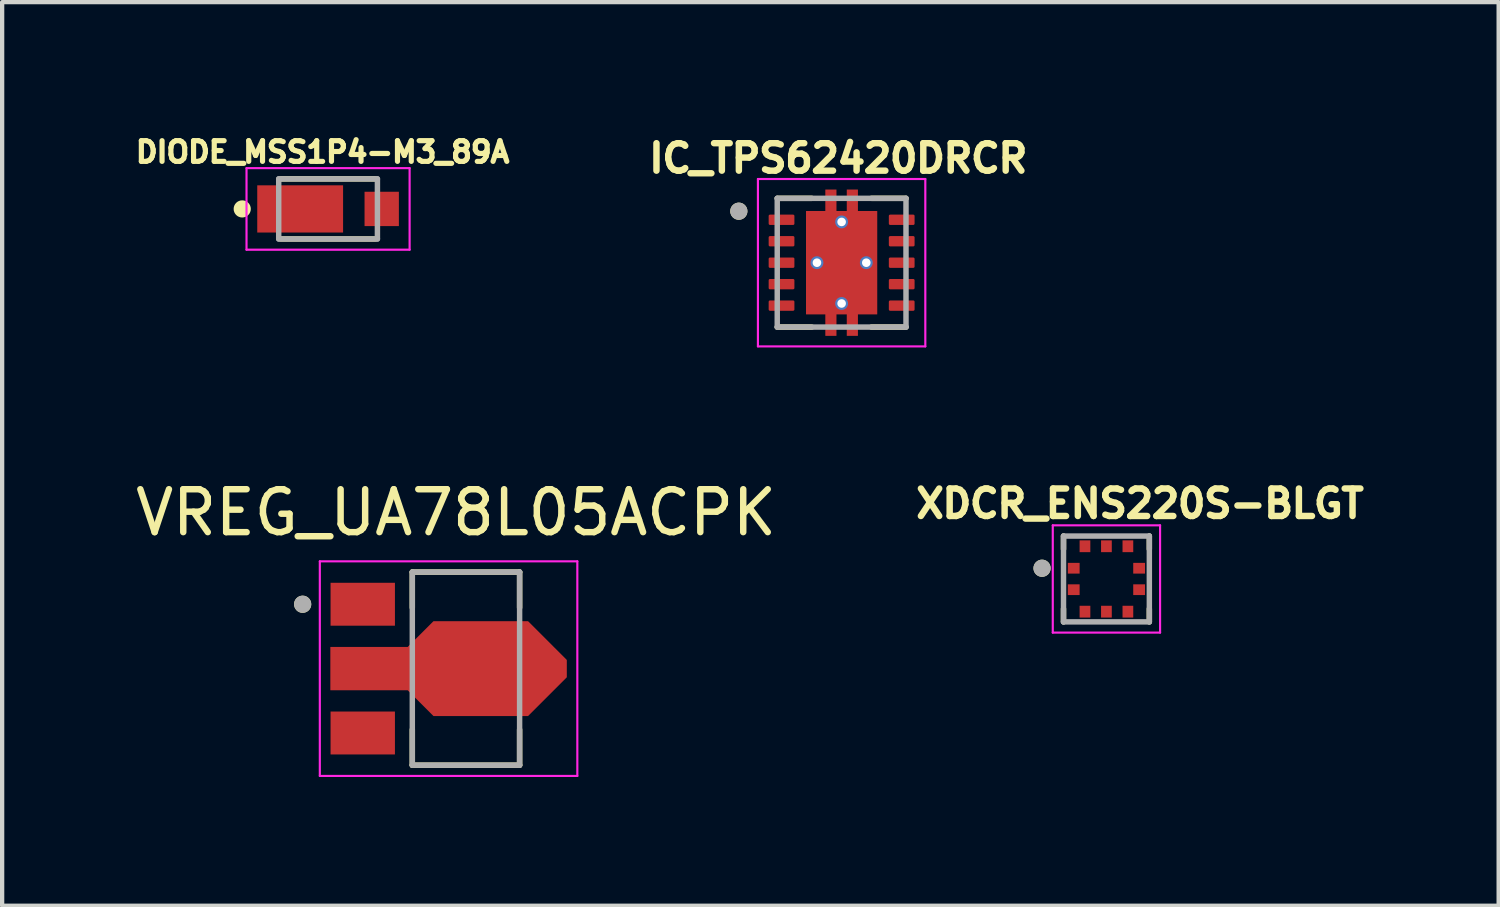
<source format=kicad_pcb>
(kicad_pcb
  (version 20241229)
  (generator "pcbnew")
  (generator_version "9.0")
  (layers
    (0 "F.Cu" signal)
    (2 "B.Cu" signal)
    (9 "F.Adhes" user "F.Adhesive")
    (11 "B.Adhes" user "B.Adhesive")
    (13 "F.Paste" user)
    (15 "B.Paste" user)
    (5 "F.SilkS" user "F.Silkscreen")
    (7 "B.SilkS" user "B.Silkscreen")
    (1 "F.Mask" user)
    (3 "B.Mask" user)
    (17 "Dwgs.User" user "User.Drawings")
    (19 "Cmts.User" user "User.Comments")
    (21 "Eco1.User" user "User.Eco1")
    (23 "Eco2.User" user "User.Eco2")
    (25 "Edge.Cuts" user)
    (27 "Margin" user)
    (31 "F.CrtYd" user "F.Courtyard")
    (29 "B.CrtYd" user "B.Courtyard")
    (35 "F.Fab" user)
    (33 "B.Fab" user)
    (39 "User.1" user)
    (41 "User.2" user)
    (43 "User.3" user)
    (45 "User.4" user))
  (footprint "DIODE_MSS1P4-M3_89A"
    (layer "F.Cu")
    (at 4.594 1.818)
    (property "Reference" "DIODE_MSS1P4-M3_89A" (at -0.127 -1.325 0) (layer "F.SilkS") (effects (font (size 0.482 0.482) (thickness 0.15))))
    (attr smd)
    (fp_line (start -1.1 -0.7) (end 1.1 -0.7) (stroke (width 0.127) (type solid)) (layer "F.SilkS"))
    (fp_line (start 1.1 0.7) (end -1.1 0.7) (stroke (width 0.127) (type solid)) (layer "F.SilkS"))
    (fp_circle (center -2 0) (end -1.9 0) (stroke (width 0.2) (type solid)) (fill no) (layer "F.SilkS"))
    (fp_line (start -1.9 -0.95) (end 1.9 -0.95) (stroke (width 0.05) (type solid)) (layer "F.CrtYd"))
    (fp_line (start -1.9 0.95) (end -1.9 -0.95) (stroke (width 0.05) (type solid)) (layer "F.CrtYd"))
    (fp_line (start 1.9 -0.95) (end 1.9 0.95) (stroke (width 0.05) (type solid)) (layer "F.CrtYd"))
    (fp_line (start 1.9 0.95) (end -1.9 0.95) (stroke (width 0.05) (type solid)) (layer "F.CrtYd"))
    (fp_line (start -1.15 -0.7) (end 1.15 -0.7) (stroke (width 0.127) (type solid)) (layer "F.Fab"))
    (fp_line (start -1.15 0.7) (end -1.15 -0.7) (stroke (width 0.127) (type solid)) (layer "F.Fab"))
    (fp_line (start 1.15 -0.7) (end 1.15 0.7) (stroke (width 0.127) (type solid)) (layer "F.Fab"))
    (fp_line (start 1.15 0.7) (end -1.15 0.7) (stroke (width 0.127) (type solid)) (layer "F.Fab"))
    (pad "1" smd rect (at -0.65 0) (size 2 1.1) (layers "F.Cu" "F.Mask" "F.Paste"))
    (pad "2" smd rect (at 1.25 0) (size 0.8 0.8) (layers "F.Cu" "F.Mask" "F.Paste")))
  (footprint "IC_TPS62420DRCR"
    (layer "F.Cu")
    (at 16.56 3.071)
    (property "Reference" "IC_TPS62420DRCR" (at -0.078 -2.433 0) (layer "F.SilkS") (effects (font (size 0.64 0.64) (thickness 0.15))))
    (attr smd)
    (fp_poly (pts (xy -1.77 -1.19) (xy -1.03 -1.19) (xy -1.03 -0.81) (xy -1.77 -0.81)) (stroke (width 0.01) (type solid)) (fill yes) (layer "F.Mask"))
    (fp_poly (pts (xy -1.77 -0.69) (xy -1.03 -0.69) (xy -1.03 -0.31) (xy -1.77 -0.31)) (stroke (width 0.01) (type solid)) (fill yes) (layer "F.Mask"))
    (fp_poly (pts (xy -1.77 -0.19) (xy -1.03 -0.19) (xy -1.03 0.19) (xy -1.77 0.19)) (stroke (width 0.01) (type solid)) (fill yes) (layer "F.Mask"))
    (fp_poly (pts (xy -1.77 0.31) (xy -1.03 0.31) (xy -1.03 0.69) (xy -1.77 0.69)) (stroke (width 0.01) (type solid)) (fill yes) (layer "F.Mask"))
    (fp_poly (pts (xy -1.77 0.81) (xy -1.03 0.81) (xy -1.03 1.19) (xy -1.77 1.19)) (stroke (width 0.01) (type solid)) (fill yes) (layer "F.Mask"))
    (fp_poly (pts (xy 1.03 -1.19) (xy 1.77 -1.19) (xy 1.77 -0.81) (xy 1.03 -0.81)) (stroke (width 0.01) (type solid)) (fill yes) (layer "F.Mask"))
    (fp_poly (pts (xy 1.03 -0.69) (xy 1.77 -0.69) (xy 1.77 -0.31) (xy 1.03 -0.31)) (stroke (width 0.01) (type solid)) (fill yes) (layer "F.Mask"))
    (fp_poly (pts (xy 1.03 -0.19) (xy 1.77 -0.19) (xy 1.77 0.19) (xy 1.03 0.19)) (stroke (width 0.01) (type solid)) (fill yes) (layer "F.Mask"))
    (fp_poly (pts (xy 1.03 0.31) (xy 1.77 0.31) (xy 1.77 0.69) (xy 1.03 0.69)) (stroke (width 0.01) (type solid)) (fill yes) (layer "F.Mask"))
    (fp_poly (pts (xy 1.03 0.81) (xy 1.77 0.81) (xy 1.77 1.19) (xy 1.03 1.19)) (stroke (width 0.01) (type solid)) (fill yes) (layer "F.Mask"))
    (fp_poly (pts (xy -0.895 -1.27) (xy -0.445 -1.27) (xy -0.445 -1.77) (xy -0.055 -1.77) (xy -0.055 -1.27) (xy 0.055 -1.27) (xy 0.055 -1.77) (xy 0.445 -1.77) (xy 0.445 -1.27) (xy 0.895 -1.27) (xy 0.895 1.27) (xy 0.445 1.27) (xy 0.445 1.77) (xy 0.055 1.77) (xy 0.055 1.27) (xy -0.055 1.27) (xy -0.055 1.77) (xy -0.445 1.77) (xy -0.445 1.27) (xy -0.895 1.27)) (stroke (width 0.01) (type solid)) (fill yes) (layer "F.Mask"))
    (fp_line (start -1.5 -1.5) (end -0.695 -1.5) (stroke (width 0.127) (type solid)) (layer "F.SilkS"))
    (fp_line (start -1.5 1.5) (end -0.695 1.5) (stroke (width 0.127) (type solid)) (layer "F.SilkS"))
    (fp_line (start 0.695 -1.5) (end 1.5 -1.5) (stroke (width 0.127) (type solid)) (layer "F.SilkS"))
    (fp_line (start 0.695 1.5) (end 1.5 1.5) (stroke (width 0.127) (type solid)) (layer "F.SilkS"))
    (fp_circle (center -2.395 -1.2) (end -2.295 -1.2) (stroke (width 0.2) (type solid)) (fill no) (layer "F.SilkS"))
    (fp_poly (pts (xy -0.75 -1.16) (xy 0.75 -1.16) (xy 0.75 -0.1) (xy -0.75 -0.1)) (stroke (width 0.01) (type solid)) (fill yes) (layer "F.Paste"))
    (fp_poly (pts (xy -0.75 0.1) (xy 0.75 0.1) (xy 0.75 1.16) (xy -0.75 1.16)) (stroke (width 0.01) (type solid)) (fill yes) (layer "F.Paste"))
    (fp_poly (pts (xy -0.375 -1.7) (xy -0.125 -1.7) (xy -0.125 -1.36) (xy -0.375 -1.36)) (stroke (width 0.01) (type solid)) (fill yes) (layer "F.Paste"))
    (fp_poly (pts (xy -0.375 1.36) (xy -0.125 1.36) (xy -0.125 1.7) (xy -0.375 1.7)) (stroke (width 0.01) (type solid)) (fill yes) (layer "F.Paste"))
    (fp_poly (pts (xy 0.125 -1.7) (xy 0.375 -1.7) (xy 0.375 -1.36) (xy 0.125 -1.36)) (stroke (width 0.01) (type solid)) (fill yes) (layer "F.Paste"))
    (fp_poly (pts (xy 0.125 1.36) (xy 0.375 1.36) (xy 0.375 1.7) (xy 0.125 1.7)) (stroke (width 0.01) (type solid)) (fill yes) (layer "F.Paste"))
    (fp_line (start -1.95 -1.95) (end -1.95 1.95) (stroke (width 0.05) (type solid)) (layer "F.CrtYd"))
    (fp_line (start -1.95 -1.95) (end 1.95 -1.95) (stroke (width 0.05) (type solid)) (layer "F.CrtYd"))
    (fp_line (start -1.95 1.95) (end 1.95 1.95) (stroke (width 0.05) (type solid)) (layer "F.CrtYd"))
    (fp_line (start 1.95 -1.95) (end 1.95 1.95) (stroke (width 0.05) (type solid)) (layer "F.CrtYd"))
    (fp_line (start -1.5 -1.5) (end -1.5 1.5) (stroke (width 0.127) (type solid)) (layer "F.Fab"))
    (fp_line (start -1.5 -1.5) (end 1.5 -1.5) (stroke (width 0.127) (type solid)) (layer "F.Fab"))
    (fp_line (start -1.5 1.5) (end 1.5 1.5) (stroke (width 0.127) (type solid)) (layer "F.Fab"))
    (fp_line (start 1.5 -1.5) (end 1.5 1.5) (stroke (width 0.127) (type solid)) (layer "F.Fab"))
    (fp_circle (center -2.395 -1.2) (end -2.295 -1.2) (stroke (width 0.2) (type solid)) (fill no) (layer "F.Fab"))
    (pad "1" smd roundrect (at -1.4 -1) (size 0.6 0.24) (layers "F.Cu" "F.Paste") (roundrect_rratio 0.125))
    (pad "2" smd roundrect (at -1.4 -0.5) (size 0.6 0.24) (layers "F.Cu" "F.Paste") (roundrect_rratio 0.125))
    (pad "3" smd roundrect (at -1.4 0) (size 0.6 0.24) (layers "F.Cu" "F.Paste") (roundrect_rratio 0.125))
    (pad "4" smd roundrect (at -1.4 0.5) (size 0.6 0.24) (layers "F.Cu" "F.Paste") (roundrect_rratio 0.125))
    (pad "5" smd roundrect (at -1.4 1) (size 0.6 0.24) (layers "F.Cu" "F.Paste") (roundrect_rratio 0.125))
    (pad "6" smd roundrect (at 1.4 1) (size 0.6 0.24) (layers "F.Cu" "F.Paste") (roundrect_rratio 0.125))
    (pad "7" smd roundrect (at 1.4 0.5) (size 0.6 0.24) (layers "F.Cu" "F.Paste") (roundrect_rratio 0.125))
    (pad "8" smd roundrect (at 1.4 0) (size 0.6 0.24) (layers "F.Cu" "F.Paste") (roundrect_rratio 0.125))
    (pad "9" smd roundrect (at 1.4 -0.5) (size 0.6 0.24) (layers "F.Cu" "F.Paste") (roundrect_rratio 0.125))
    (pad "10" smd roundrect (at 1.4 -1) (size 0.6 0.24) (layers "F.Cu" "F.Paste") (roundrect_rratio 0.125))
    (pad "11" smd custom (at 0 0) (size 1.65 2.4) (layers "F.Cu") (options (anchor rect)) (primitives (gr_poly (pts (xy -0.825 -1.2) (xy -0.375 -1.2) (xy -0.375 -1.7) (xy -0.125 -1.7) (xy -0.125 -1.2) (xy 0.125 -1.2) (xy 0.125 -1.7) (xy 0.375 -1.7) (xy 0.375 -1.2) (xy 0.825 -1.2) (xy 0.825 1.2) (xy 0.375 1.2) (xy 0.375 1.7) (xy 0.125 1.7) (xy 0.125 1.2) (xy -0.125 1.2) (xy -0.125 1.7) (xy -0.375 1.7) (xy -0.375 1.2) (xy -0.825 1.2)) (width 0.01) (fill yes))))
    (pad "12" thru_hole circle (at 0 0.95) (size 0.3 0.3) (drill 0.2) (layers "*.Cu"))
    (pad "13" thru_hole circle (at -0.575 0) (size 0.3 0.3) (drill 0.2) (layers "*.Cu"))
    (pad "14" thru_hole circle (at 0.575 0) (size 0.3 0.3) (drill 0.2) (layers "*.Cu"))
    (pad "15" thru_hole circle (at 0 -0.95) (size 0.3 0.3) (drill 0.2) (layers "*.Cu")))
  (footprint "VREG_UA78L05ACPK"
    (layer "F.Cu")
    (at 7.402 12.529)
    (property "Reference" "VREG_UA78L05ACPK" (at 0.175 -3.635 0) (layer "F.SilkS") (effects (font (size 1 1) (thickness 0.15))))
    (attr smd)
    (fp_poly (pts (xy -2.82 -2.07) (xy -1.18 -2.07) (xy -1.18 -0.93) (xy -2.82 -0.93)) (stroke (width 0.01) (type solid)) (fill yes) (layer "F.Mask"))
    (fp_poly (pts (xy -2.82 0.93) (xy -1.18 0.93) (xy -1.18 2.07) (xy -2.82 2.07)) (stroke (width 0.01) (type solid)) (fill yes) (layer "F.Mask"))
    (fp_poly (pts (xy -2.82 -0.57) (xy -2.82 0.57) (xy -0.985 0.57) (xy -0.385 1.17) (xy 1.885 1.17) (xy 2.82 0.235) (xy 2.82 -0.235) (xy 1.885 -1.17) (xy -0.385 -1.17) (xy -0.985 -0.57)) (stroke (width 0.01) (type solid)) (fill yes) (layer "F.Mask"))
    (fp_line (start -0.845 -2.25) (end -0.845 -1.42) (stroke (width 0.127) (type solid)) (layer "F.SilkS"))
    (fp_line (start -0.845 2.25) (end -0.845 1.42) (stroke (width 0.127) (type solid)) (layer "F.SilkS"))
    (fp_line (start 1.655 -2.25) (end -0.845 -2.25) (stroke (width 0.127) (type solid)) (layer "F.SilkS"))
    (fp_line (start 1.655 -2.25) (end 1.655 -1.42) (stroke (width 0.127) (type solid)) (layer "F.SilkS"))
    (fp_line (start 1.655 2.25) (end -0.845 2.25) (stroke (width 0.127) (type solid)) (layer "F.SilkS"))
    (fp_line (start 1.655 2.25) (end 1.655 1.42) (stroke (width 0.127) (type solid)) (layer "F.SilkS"))
    (fp_circle (center -3.4 -1.5) (end -3.3 -1.5) (stroke (width 0.2) (type solid)) (fill no) (layer "F.SilkS"))
    (fp_poly (pts (xy -2.75 -0.5) (xy -2.75 0.5) (xy -0.95 0.5) (xy -0.35 1.1) (xy 1.85 1.1) (xy 2.75 0.2) (xy 2.75 -0.2) (xy 1.85 -1.1) (xy -0.35 -1.1) (xy -0.95 -0.5)) (stroke (width 0.01) (type solid)) (fill yes) (layer "F.Paste"))
    (fp_line (start -3 -2.5) (end -3 2.5) (stroke (width 0.05) (type solid)) (layer "F.CrtYd"))
    (fp_line (start -3 2.5) (end 3 2.5) (stroke (width 0.05) (type solid)) (layer "F.CrtYd"))
    (fp_line (start 3 -2.5) (end -3 -2.5) (stroke (width 0.05) (type solid)) (layer "F.CrtYd"))
    (fp_line (start 3 2.5) (end 3 -2.5) (stroke (width 0.05) (type solid)) (layer "F.CrtYd"))
    (fp_line (start -0.845 -2.25) (end -0.845 2.25) (stroke (width 0.127) (type solid)) (layer "F.Fab"))
    (fp_line (start -0.845 2.25) (end 1.655 2.25) (stroke (width 0.127) (type solid)) (layer "F.Fab"))
    (fp_line (start 1.655 -2.25) (end -0.845 -2.25) (stroke (width 0.127) (type solid)) (layer "F.Fab"))
    (fp_line (start 1.655 2.25) (end 1.655 -2.25) (stroke (width 0.127) (type solid)) (layer "F.Fab"))
    (fp_circle (center -3.4 -1.5) (end -3.3 -1.5) (stroke (width 0.2) (type solid)) (fill no) (layer "F.Fab"))
    (pad "1" smd rect (at -2 -1.5) (size 1.5 1) (layers "F.Cu" "F.Paste"))
    (pad "2" smd custom (at -2 0) (size 1.5 1) (layers "F.Cu") (options (anchor rect)) (primitives (gr_poly (pts (xy -0.75 -0.5) (xy -0.75 0.5) (xy 1.05 0.5) (xy 1.65 1.1) (xy 3.85 1.1) (xy 4.75 0.2) (xy 4.75 -0.2) (xy 3.85 -1.1) (xy 1.65 -1.1) (xy 1.05 -0.5)) (width 0.01) (fill yes))))
    (pad "3" smd rect (at -2 1.5) (size 1.5 1) (layers "F.Cu" "F.Paste")))
  (footprint "XDCR_ENS220S-BLGT"
    (layer "F.Cu")
    (at 22.73 10.44)
    (property "Reference" "XDCR_ENS220S-BLGT" (at 0.782 -1.756 0) (layer "F.SilkS") (effects (font (size 0.64 0.64) (thickness 0.15))))
    (attr smd)
    (fp_line (start -1 -0.695) (end -1 -1) (stroke (width 0.127) (type solid)) (layer "F.SilkS"))
    (fp_line (start -1 1) (end -1 0.695) (stroke (width 0.127) (type solid)) (layer "F.SilkS"))
    (fp_line (start 1 -1) (end 1 -0.695) (stroke (width 0.127) (type solid)) (layer "F.SilkS"))
    (fp_line (start 1 1) (end 1 0.695) (stroke (width 0.127) (type solid)) (layer "F.SilkS"))
    (fp_circle (center -1.5 -0.25) (end -1.4 -0.25) (stroke (width 0.2) (type solid)) (fill no) (layer "F.SilkS"))
    (fp_line (start -1.25 -1.25) (end -1.25 1.25) (stroke (width 0.05) (type solid)) (layer "F.CrtYd"))
    (fp_line (start -1.25 1.25) (end 1.25 1.25) (stroke (width 0.05) (type solid)) (layer "F.CrtYd"))
    (fp_line (start 1.25 -1.25) (end -1.25 -1.25) (stroke (width 0.05) (type solid)) (layer "F.CrtYd"))
    (fp_line (start 1.25 1.25) (end 1.25 -1.25) (stroke (width 0.05) (type solid)) (layer "F.CrtYd"))
    (fp_line (start -1 -1) (end 1 -1) (stroke (width 0.127) (type solid)) (layer "F.Fab"))
    (fp_line (start -1 1) (end -1 -1) (stroke (width 0.127) (type solid)) (layer "F.Fab"))
    (fp_line (start 1 -1) (end 1 1) (stroke (width 0.127) (type solid)) (layer "F.Fab"))
    (fp_line (start 1 1) (end -1 1) (stroke (width 0.127) (type solid)) (layer "F.Fab"))
    (fp_circle (center -1.5 -0.25) (end -1.4 -0.25) (stroke (width 0.2) (type solid)) (fill no) (layer "F.Fab"))
    (pad "1" smd rect (at -0.762 -0.25) (size 0.275 0.25) (layers "F.Cu" "F.Mask" "F.Paste"))
    (pad "2" smd rect (at -0.762 0.25) (size 0.275 0.25) (layers "F.Cu" "F.Mask" "F.Paste"))
    (pad "3" smd rect (at -0.5 0.762) (size 0.25 0.275) (layers "F.Cu" "F.Mask" "F.Paste"))
    (pad "4" smd rect (at 0 0.762) (size 0.25 0.275) (layers "F.Cu" "F.Mask" "F.Paste"))
    (pad "5" smd rect (at 0.5 0.762) (size 0.25 0.275) (layers "F.Cu" "F.Mask" "F.Paste"))
    (pad "6" smd rect (at 0.762 0.25) (size 0.275 0.25) (layers "F.Cu" "F.Mask" "F.Paste"))
    (pad "7" smd rect (at 0.762 -0.25) (size 0.275 0.25) (layers "F.Cu" "F.Mask" "F.Paste"))
    (pad "8" smd rect (at 0.5 -0.762) (size 0.25 0.275) (layers "F.Cu" "F.Mask" "F.Paste"))
    (pad "9" smd rect (at 0 -0.762) (size 0.25 0.275) (layers "F.Cu" "F.Mask" "F.Paste"))
    (pad "10" smd rect (at -0.5 -0.762) (size 0.25 0.275) (layers "F.Cu" "F.Mask" "F.Paste")))
  (gr_rect
    (start -3 -3)
    (end 31.869 18.054)
    (stroke (width 0.1) (type default))
    (fill no)
    (layer "Edge.Cuts")))
</source>
